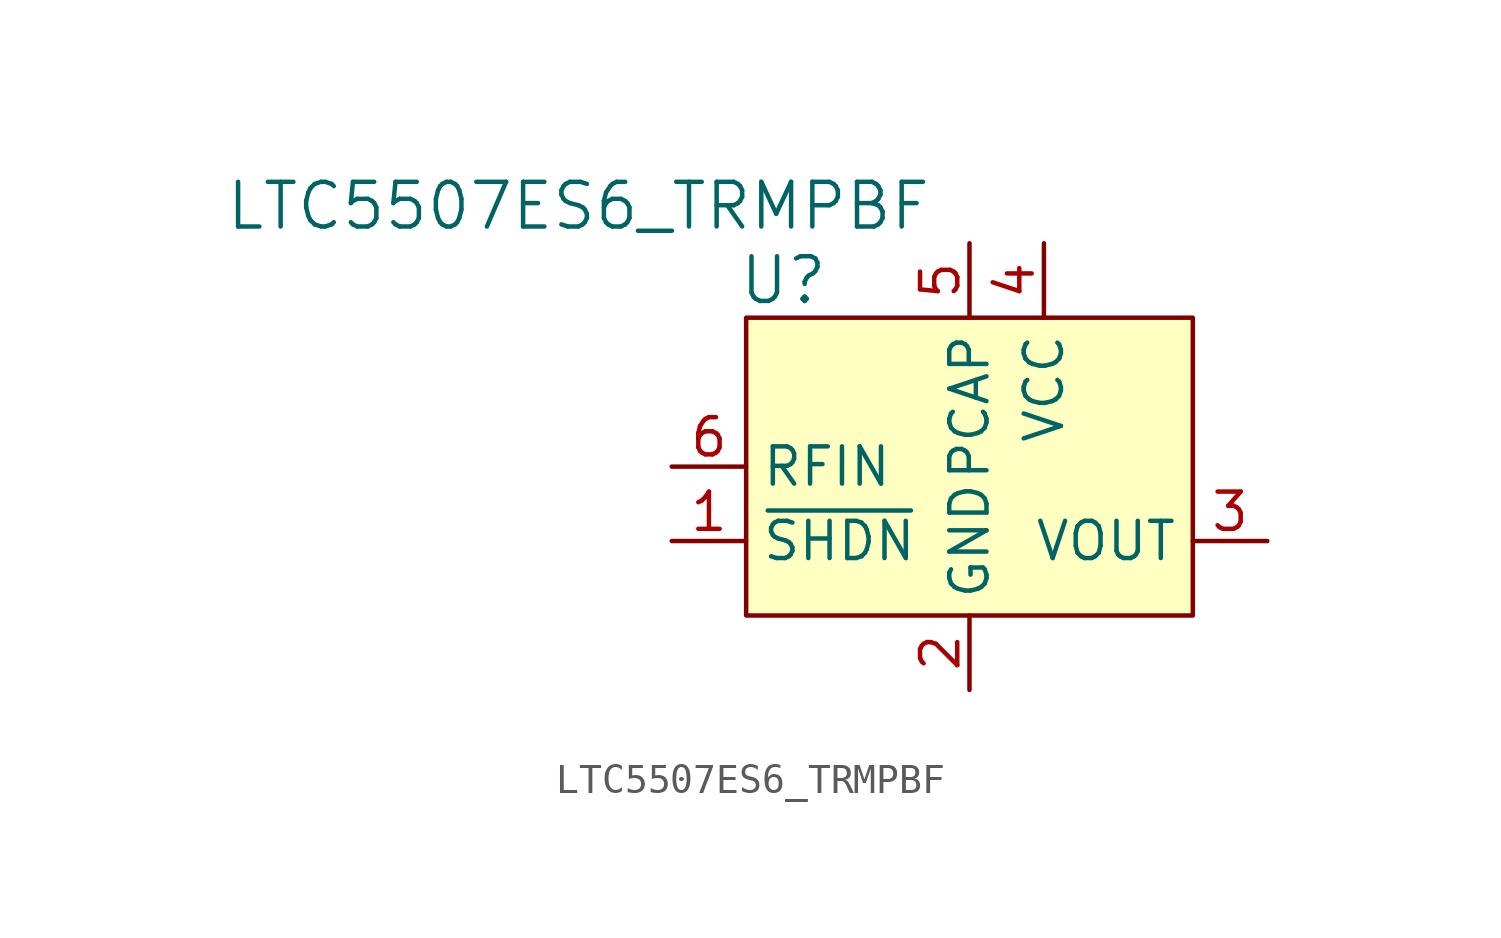
<source format=kicad_sym>
(kicad_symbol_lib
  (version 20231120)
  (generator "kicad_symbol_editor")
  (generator_version "8.0")
  (symbol "LTC5507ES6_TRMPBF"
    (property "Reference" "U"
      (at -6.35 1.27 0)
      (effects (font (size 1.524 1.524))))
    (property "Value" "LTC5507ES6_TRMPBF"
      (at -1.27 3.81 0)
      (effects (font (size 1.524 1.524)) (justify right)))
    (symbol "LTC5507ES6_TRMPBF_0_1"
      (rectangle (start -7.62 0) (end 7.62 -10.16) (stroke (width 0) (type solid)) (fill (type background))))
    (symbol "LTC5507ES6_TRMPBF_1_1"
      (pin input line (at -10.16 -7.62 0) (length 2.54) (name "~{SHDN}" (effects (font (size 1.27 1.27)))) (number "1" (effects (font (size 1.27 1.27)))))
      (pin power_in line (at 0 -12.7 90) (length 2.54) (name "GND" (effects (font (size 1.27 1.27)))) (number "2" (effects (font (size 1.27 1.27)))))
      (pin output line (at 10.16 -7.62 180) (length 2.54) (name "VOUT" (effects (font (size 1.27 1.27)))) (number "3" (effects (font (size 1.27 1.27)))))
      (pin power_in line (at 2.54 2.54 270) (length 2.54) (name "VCC" (effects (font (size 1.27 1.27)))) (number "4" (effects (font (size 1.27 1.27)))))
      (pin passive line (at 0 2.54 270) (length 2.54) (name "PCAP" (effects (font (size 1.27 1.27)))) (number "5" (effects (font (size 1.27 1.27)))))
      (pin input line (at -10.16 -5.08 0) (length 2.54) (name "RFIN" (effects (font (size 1.27 1.27)))) (number "6" (effects (font (size 1.27 1.27))))))))
</source>
